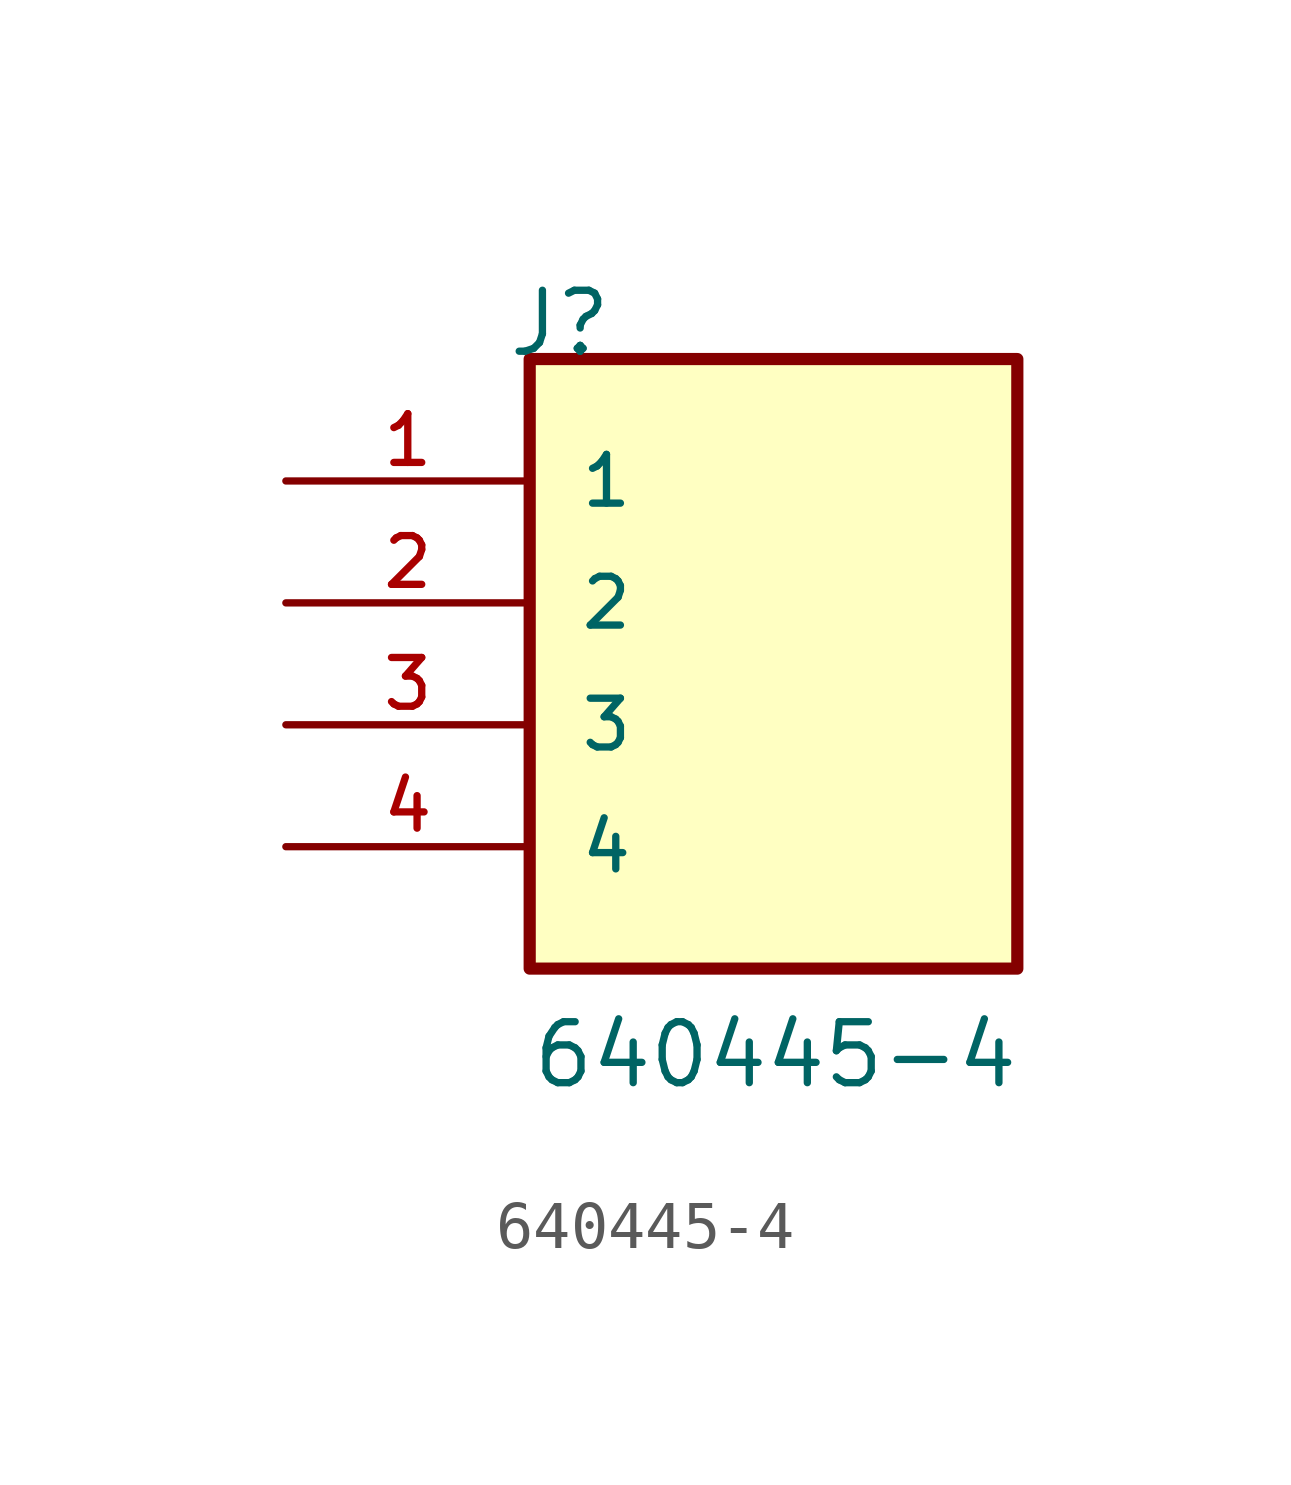
<source format=kicad_sym>
(kicad_symbol_lib
  (version 20211014)
  (generator kicad_symbol_editor)
  (symbol "640445-4"
    (pin_names
      (offset 1.016))
    (property "Reference" "J"
      (at -5.58 7.62 0)
      (effects (font (size 1.27 1.27)) (justify bottom left)))
    (property "Value" "640445-4"
      (at -5.08 -7.62 0)
      (effects (font (size 1.27 1.27)) (justify bottom left)))
    (symbol "640445-4_0_0"
      (rectangle (start -5.08 -5.08) (end 5.08 7.62) (stroke (width 0.254)) (fill (type background)))
      (pin passive line (at -10.16 5.08 0) (length 5.08) (name "1" (effects (font (size 1.016 1.016)))) (number "1" (effects (font (size 1.016 1.016)))))
      (pin passive line (at -10.16 2.54 0) (length 5.08) (name "2" (effects (font (size 1.016 1.016)))) (number "2" (effects (font (size 1.016 1.016)))))
      (pin passive line (at -10.16 0.0 0) (length 5.08) (name "3" (effects (font (size 1.016 1.016)))) (number "3" (effects (font (size 1.016 1.016)))))
      (pin passive line (at -10.16 -2.54 0) (length 5.08) (name "4" (effects (font (size 1.016 1.016)))) (number "4" (effects (font (size 1.016 1.016))))))))
</source>
